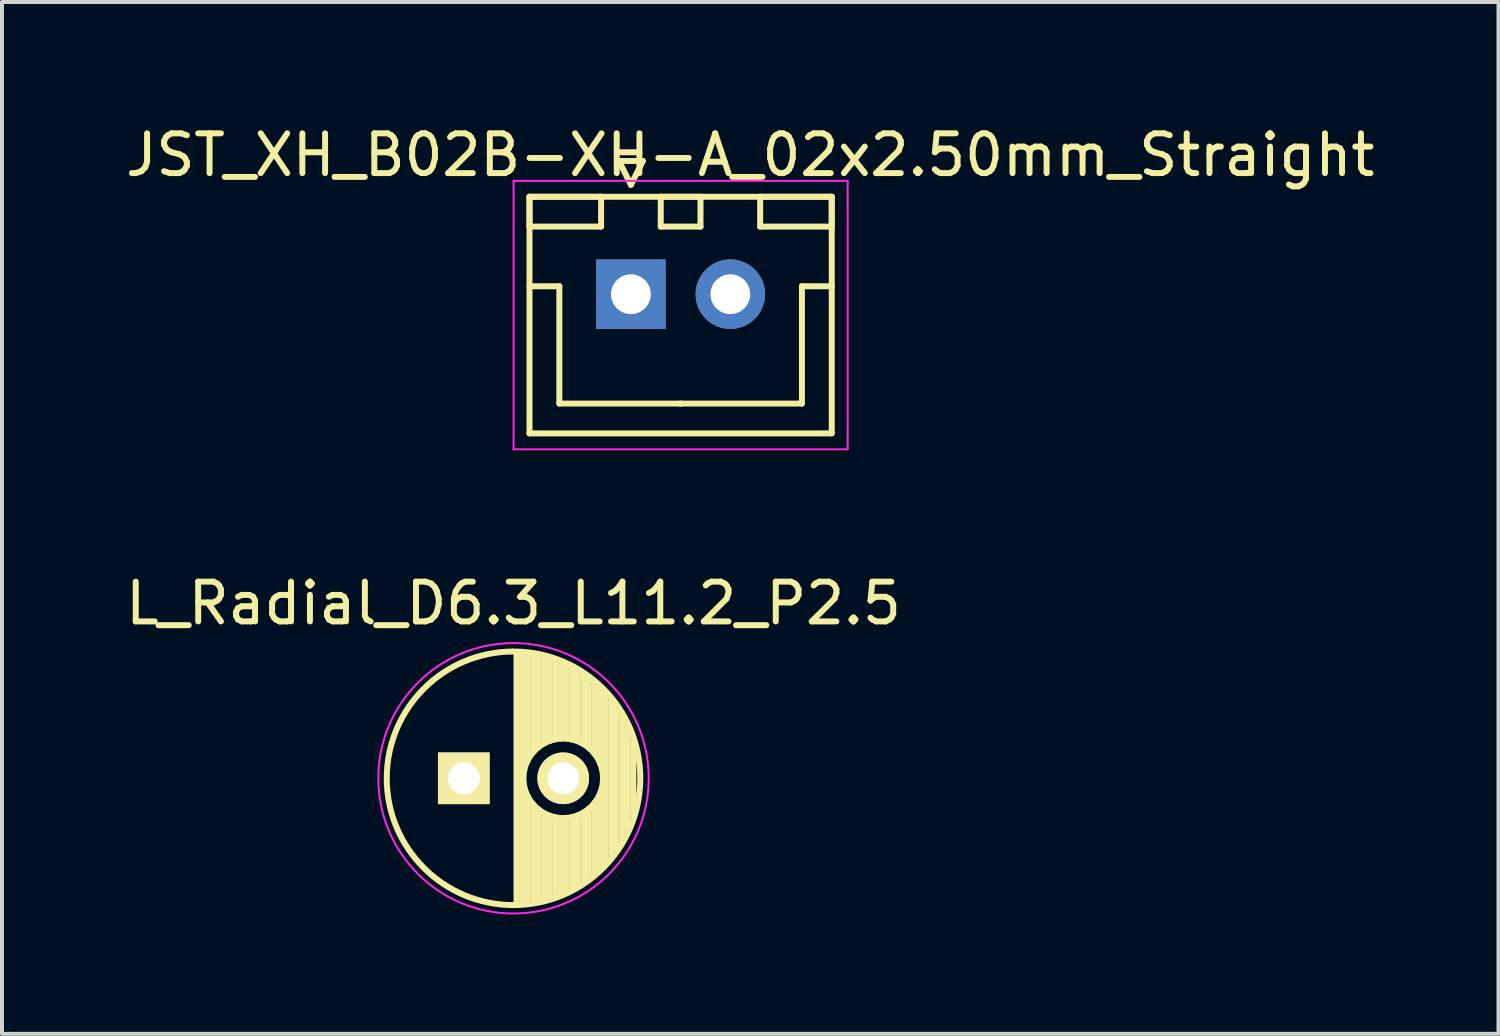
<source format=kicad_pcb>
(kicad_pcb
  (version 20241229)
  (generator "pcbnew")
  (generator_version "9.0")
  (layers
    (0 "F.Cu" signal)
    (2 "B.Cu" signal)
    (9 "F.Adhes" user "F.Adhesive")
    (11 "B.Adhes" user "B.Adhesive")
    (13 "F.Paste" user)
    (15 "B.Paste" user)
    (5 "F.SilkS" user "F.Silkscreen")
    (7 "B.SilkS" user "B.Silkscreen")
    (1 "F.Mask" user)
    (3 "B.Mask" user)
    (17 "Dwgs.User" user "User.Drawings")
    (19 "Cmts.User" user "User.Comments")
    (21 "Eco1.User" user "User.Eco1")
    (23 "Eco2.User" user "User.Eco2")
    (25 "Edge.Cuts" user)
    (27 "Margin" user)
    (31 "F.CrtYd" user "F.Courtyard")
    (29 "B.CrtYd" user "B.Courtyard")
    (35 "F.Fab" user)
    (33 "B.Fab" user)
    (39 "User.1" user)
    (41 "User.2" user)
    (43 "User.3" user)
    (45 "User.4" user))
  (footprint "L_Radial_D6.3_L11.2_P2.5"
    (layer "F.Cu")
    (at 8.613 16.521)
    (property "Reference" "L_Radial_D6.3_L11.2_P2.5" (at 1.25 -4.4 0) (layer "F.SilkS") (effects (font (size 1 1) (thickness 0.15))))
    (attr through_hole)
    (fp_line (start 1.325 -3.149) (end 1.325 3.149) (stroke (width 0.15) (type solid)) (layer "F.SilkS"))
    (fp_line (start 1.465 -3.143) (end 1.465 3.143) (stroke (width 0.15) (type solid)) (layer "F.SilkS"))
    (fp_line (start 1.605 -3.13) (end 1.605 -0.446) (stroke (width 0.15) (type solid)) (layer "F.SilkS"))
    (fp_line (start 1.605 0.446) (end 1.605 3.13) (stroke (width 0.15) (type solid)) (layer "F.SilkS"))
    (fp_line (start 1.745 -3.111) (end 1.745 -0.656) (stroke (width 0.15) (type solid)) (layer "F.SilkS"))
    (fp_line (start 1.745 0.656) (end 1.745 3.111) (stroke (width 0.15) (type solid)) (layer "F.SilkS"))
    (fp_line (start 1.885 -3.085) (end 1.885 -0.789) (stroke (width 0.15) (type solid)) (layer "F.SilkS"))
    (fp_line (start 1.885 0.789) (end 1.885 3.085) (stroke (width 0.15) (type solid)) (layer "F.SilkS"))
    (fp_line (start 2.025 -3.053) (end 2.025 -0.88) (stroke (width 0.15) (type solid)) (layer "F.SilkS"))
    (fp_line (start 2.025 0.88) (end 2.025 3.053) (stroke (width 0.15) (type solid)) (layer "F.SilkS"))
    (fp_line (start 2.165 -3.014) (end 2.165 -0.942) (stroke (width 0.15) (type solid)) (layer "F.SilkS"))
    (fp_line (start 2.165 0.942) (end 2.165 3.014) (stroke (width 0.15) (type solid)) (layer "F.SilkS"))
    (fp_line (start 2.305 -2.968) (end 2.305 -0.981) (stroke (width 0.15) (type solid)) (layer "F.SilkS"))
    (fp_line (start 2.305 0.981) (end 2.305 2.968) (stroke (width 0.15) (type solid)) (layer "F.SilkS"))
    (fp_line (start 2.445 -2.915) (end 2.445 -0.998) (stroke (width 0.15) (type solid)) (layer "F.SilkS"))
    (fp_line (start 2.445 0.998) (end 2.445 2.915) (stroke (width 0.15) (type solid)) (layer "F.SilkS"))
    (fp_line (start 2.585 -2.853) (end 2.585 -0.996) (stroke (width 0.15) (type solid)) (layer "F.SilkS"))
    (fp_line (start 2.585 0.996) (end 2.585 2.853) (stroke (width 0.15) (type solid)) (layer "F.SilkS"))
    (fp_line (start 2.725 -2.783) (end 2.725 -0.974) (stroke (width 0.15) (type solid)) (layer "F.SilkS"))
    (fp_line (start 2.725 0.974) (end 2.725 2.783) (stroke (width 0.15) (type solid)) (layer "F.SilkS"))
    (fp_line (start 2.865 -2.704) (end 2.865 -0.931) (stroke (width 0.15) (type solid)) (layer "F.SilkS"))
    (fp_line (start 2.865 0.931) (end 2.865 2.704) (stroke (width 0.15) (type solid)) (layer "F.SilkS"))
    (fp_line (start 3.005 -2.616) (end 3.005 -0.863) (stroke (width 0.15) (type solid)) (layer "F.SilkS"))
    (fp_line (start 3.005 0.863) (end 3.005 2.616) (stroke (width 0.15) (type solid)) (layer "F.SilkS"))
    (fp_line (start 3.145 -2.516) (end 3.145 -0.764) (stroke (width 0.15) (type solid)) (layer "F.SilkS"))
    (fp_line (start 3.145 0.764) (end 3.145 2.516) (stroke (width 0.15) (type solid)) (layer "F.SilkS"))
    (fp_line (start 3.285 -2.404) (end 3.285 -0.619) (stroke (width 0.15) (type solid)) (layer "F.SilkS"))
    (fp_line (start 3.285 0.619) (end 3.285 2.404) (stroke (width 0.15) (type solid)) (layer "F.SilkS"))
    (fp_line (start 3.425 -2.279) (end 3.425 -0.38) (stroke (width 0.15) (type solid)) (layer "F.SilkS"))
    (fp_line (start 3.425 0.38) (end 3.425 2.279) (stroke (width 0.15) (type solid)) (layer "F.SilkS"))
    (fp_line (start 3.565 -2.136) (end 3.565 2.136) (stroke (width 0.15) (type solid)) (layer "F.SilkS"))
    (fp_line (start 3.705 -1.974) (end 3.705 1.974) (stroke (width 0.15) (type solid)) (layer "F.SilkS"))
    (fp_line (start 3.845 -1.786) (end 3.845 1.786) (stroke (width 0.15) (type solid)) (layer "F.SilkS"))
    (fp_line (start 3.985 -1.563) (end 3.985 1.563) (stroke (width 0.15) (type solid)) (layer "F.SilkS"))
    (fp_line (start 4.125 -1.287) (end 4.125 1.287) (stroke (width 0.15) (type solid)) (layer "F.SilkS"))
    (fp_line (start 4.265 -0.912) (end 4.265 0.912) (stroke (width 0.15) (type solid)) (layer "F.SilkS"))
    (fp_circle (center 1.25 0) (end 1.25 -3.188) (stroke (width 0.15) (type solid)) (fill no) (layer "F.SilkS"))
    (fp_circle (center 2.5 0) (end 2.5 -1) (stroke (width 0.15) (type solid)) (fill no) (layer "F.SilkS"))
    (fp_circle (center 1.25 0) (end 1.25 -3.4) (stroke (width 0.05) (type solid)) (fill no) (layer "F.CrtYd"))
    (pad "1" thru_hole rect (at 0 0) (size 1.3 1.3) (drill 0.8) (layers "*.Cu" "*.Mask" "F.SilkS"))
    (pad "2" thru_hole circle (at 2.5 0) (size 1.3 1.3) (drill 0.8) (layers "*.Cu" "*.Mask" "F.SilkS")))
  (footprint "JST_XH_B02B-XH-A_02x2.50mm_Straight"
    (layer "F.Cu")
    (at 12.815 4.348)
    (property "Reference" "JST_XH_B02B-XH-A_02x2.50mm_Straight" (at 3 -3.5 0) (layer "F.SilkS") (effects (font (size 1 1) (thickness 0.15))))
    (attr through_hole)
    (fp_line (start -2.55 -2.45) (end -2.55 -1.7) (stroke (width 0.15) (type solid)) (layer "F.SilkS"))
    (fp_line (start -2.55 -2.45) (end -2.55 3.5) (stroke (width 0.15) (type solid)) (layer "F.SilkS"))
    (fp_line (start -2.55 -1.7) (end -0.75 -1.7) (stroke (width 0.15) (type solid)) (layer "F.SilkS"))
    (fp_line (start -2.55 -0.2) (end -1.8 -0.2) (stroke (width 0.15) (type solid)) (layer "F.SilkS"))
    (fp_line (start -2.55 3.5) (end 5.05 3.5) (stroke (width 0.15) (type solid)) (layer "F.SilkS"))
    (fp_line (start -1.8 -0.2) (end -1.8 2.75) (stroke (width 0.15) (type solid)) (layer "F.SilkS"))
    (fp_line (start -1.8 2.75) (end 1.25 2.75) (stroke (width 0.15) (type solid)) (layer "F.SilkS"))
    (fp_line (start -0.75 -2.45) (end -2.55 -2.45) (stroke (width 0.15) (type solid)) (layer "F.SilkS"))
    (fp_line (start -0.75 -1.7) (end -0.75 -2.45) (stroke (width 0.15) (type solid)) (layer "F.SilkS"))
    (fp_line (start -0.3 -3.35) (end 0.3 -3.35) (stroke (width 0.15) (type solid)) (layer "F.SilkS"))
    (fp_line (start 0 -2.75) (end -0.3 -3.35) (stroke (width 0.15) (type solid)) (layer "F.SilkS"))
    (fp_line (start 0.3 -3.35) (end 0 -2.75) (stroke (width 0.15) (type solid)) (layer "F.SilkS"))
    (fp_line (start 0.75 -2.45) (end 0.75 -1.7) (stroke (width 0.15) (type solid)) (layer "F.SilkS"))
    (fp_line (start 0.75 -1.7) (end 1.75 -1.7) (stroke (width 0.15) (type solid)) (layer "F.SilkS"))
    (fp_line (start 1.75 -2.45) (end 0.75 -2.45) (stroke (width 0.15) (type solid)) (layer "F.SilkS"))
    (fp_line (start 1.75 -1.7) (end 1.75 -2.45) (stroke (width 0.15) (type solid)) (layer "F.SilkS"))
    (fp_line (start 3.25 -2.45) (end 3.25 -1.7) (stroke (width 0.15) (type solid)) (layer "F.SilkS"))
    (fp_line (start 3.25 -1.7) (end 5.05 -1.7) (stroke (width 0.15) (type solid)) (layer "F.SilkS"))
    (fp_line (start 4.3 -0.2) (end 4.3 2.75) (stroke (width 0.15) (type solid)) (layer "F.SilkS"))
    (fp_line (start 4.3 2.75) (end 1.25 2.75) (stroke (width 0.15) (type solid)) (layer "F.SilkS"))
    (fp_line (start 5.05 -2.45) (end -2.55 -2.45) (stroke (width 0.15) (type solid)) (layer "F.SilkS"))
    (fp_line (start 5.05 -2.45) (end 3.25 -2.45) (stroke (width 0.15) (type solid)) (layer "F.SilkS"))
    (fp_line (start 5.05 -1.7) (end 5.05 -2.45) (stroke (width 0.15) (type solid)) (layer "F.SilkS"))
    (fp_line (start 5.05 -0.2) (end 4.3 -0.2) (stroke (width 0.15) (type solid)) (layer "F.SilkS"))
    (fp_line (start 5.05 3.5) (end 5.05 -2.45) (stroke (width 0.15) (type solid)) (layer "F.SilkS"))
    (fp_line (start -2.95 -2.85) (end -2.95 3.9) (stroke (width 0.05) (type solid)) (layer "F.CrtYd"))
    (fp_line (start -2.95 3.9) (end 5.45 3.9) (stroke (width 0.05) (type solid)) (layer "F.CrtYd"))
    (fp_line (start 5.45 -2.85) (end -2.95 -2.85) (stroke (width 0.05) (type solid)) (layer "F.CrtYd"))
    (fp_line (start 5.45 3.9) (end 5.45 -2.85) (stroke (width 0.05) (type solid)) (layer "F.CrtYd"))
    (pad "1" thru_hole rect (at 0 0) (size 1.75 1.75) (drill 1) (layers "*.Cu" "*.Mask"))
    (pad "2" thru_hole circle (at 2.5 0) (size 1.75 1.75) (drill 1) (layers "*.Cu" "*.Mask")))
  (gr_rect
    (start -3 -3)
    (end 34.631 22.947)
    (stroke (width 0.1) (type default))
    (fill no)
    (layer "Edge.Cuts")))
</source>
